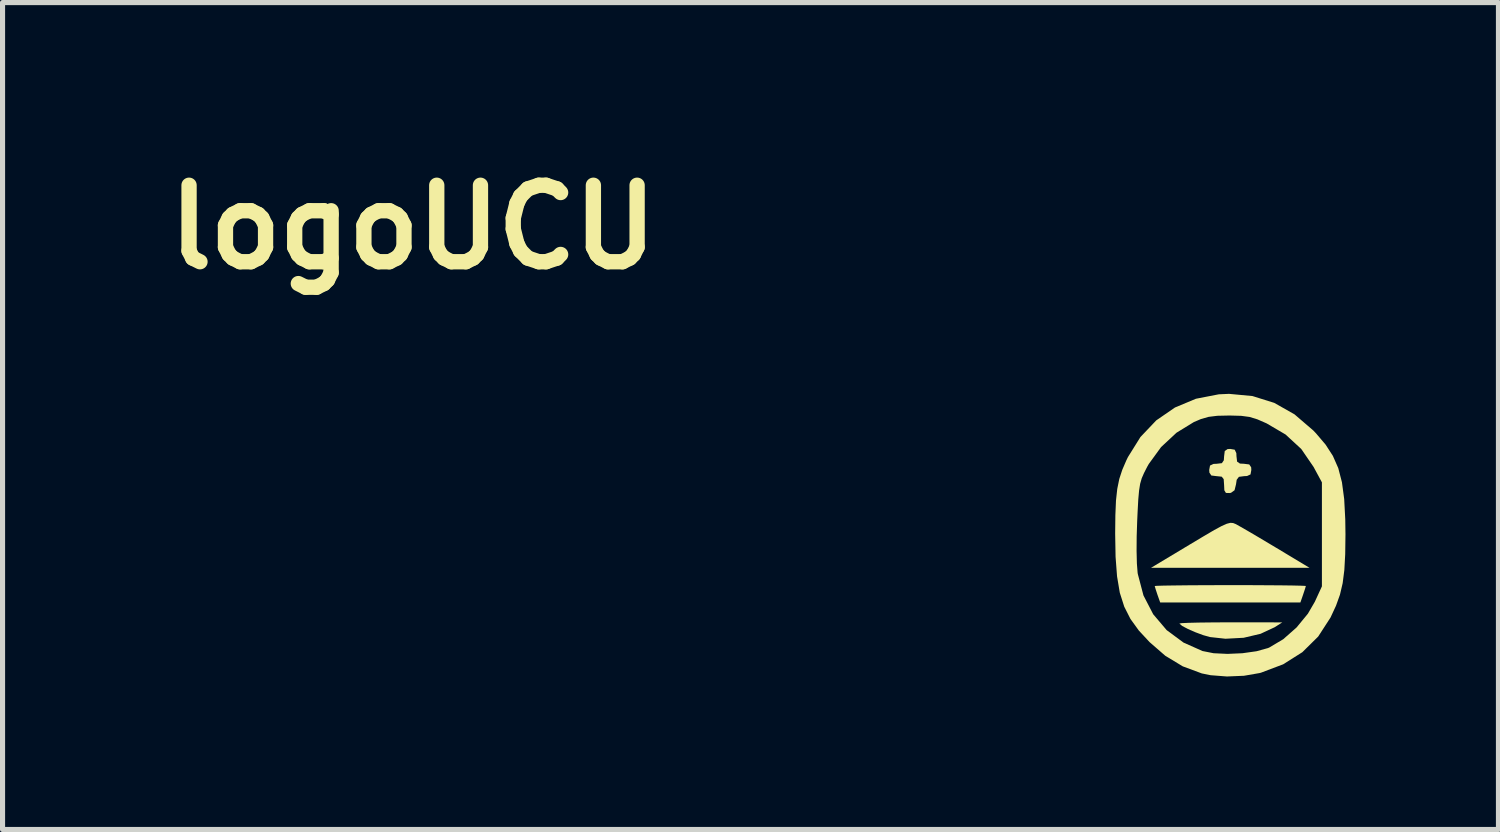
<source format=kicad_pcb>
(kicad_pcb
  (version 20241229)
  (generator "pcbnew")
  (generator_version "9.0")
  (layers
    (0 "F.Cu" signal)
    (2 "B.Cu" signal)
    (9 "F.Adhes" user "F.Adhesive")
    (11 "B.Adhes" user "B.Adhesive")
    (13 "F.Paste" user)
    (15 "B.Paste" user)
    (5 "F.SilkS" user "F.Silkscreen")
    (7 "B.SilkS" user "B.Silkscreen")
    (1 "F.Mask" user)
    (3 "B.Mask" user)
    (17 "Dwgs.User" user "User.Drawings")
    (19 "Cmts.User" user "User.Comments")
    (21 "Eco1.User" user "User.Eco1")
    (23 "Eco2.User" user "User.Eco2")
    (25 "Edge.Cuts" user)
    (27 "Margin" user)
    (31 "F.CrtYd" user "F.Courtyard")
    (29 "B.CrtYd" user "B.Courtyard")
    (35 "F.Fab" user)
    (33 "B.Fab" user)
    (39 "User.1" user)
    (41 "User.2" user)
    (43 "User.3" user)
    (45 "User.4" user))
  (footprint "logoUCU"
    (layer "F.Cu")
    (at 21.05 7.404)
    (property "Reference" "logoUCU" (at -16 -6 0) (layer "F.SilkS") (effects (font (size 1.5 1.5) (thickness 0.3))))
    (attr board_only exclude_from_pos_files exclude_from_bom)
    (fp_poly (pts (xy 0.08 -0.198) (xy 0.13 -0.178) (xy 0.14 -0.173) (xy 0.227 -0.124) (xy 0.38 -0.036) (xy 0.579 0.081) (xy 0.807 0.217) (xy 0.926 0.288) (xy 1.578 0.68) (xy 0.024 0.68) (xy -1.53 0.68) (xy -0.762 0.219) (xy -0.491 0.057) (xy -0.29 -0.061) (xy -0.145 -0.139) (xy -0.044 -0.184) (xy 0.027 -0.202)) (stroke (width 0) (type solid)) (fill yes) (layer "F.SilkS"))
    (fp_poly (pts (xy 1.044 1.75) (xy 0.897 1.844) (xy 0.618 1.974) (xy 0.286 2.052) (xy -0.07 2.071) (xy -0.372 2.038) (xy -0.505 2.001) (xy -0.659 1.944) (xy -0.806 1.88) (xy -0.919 1.82) (xy -0.971 1.776) (xy -0.971 1.772) (xy -0.925 1.765) (xy -0.796 1.759) (xy -0.598 1.754) (xy -0.347 1.751) (xy -0.055 1.749) (xy 0.036 1.749)) (stroke (width 0) (type solid)) (fill yes) (layer "F.SilkS"))
    (fp_poly (pts (xy 0.392 1.02) (xy 0.727 1.022) (xy 1.017 1.024) (xy 1.25 1.027) (xy 1.414 1.031) (xy 1.497 1.035) (xy 1.506 1.037) (xy 1.491 1.09) (xy 1.456 1.195) (xy 1.452 1.207) (xy 1.399 1.36) (xy 0.024 1.36) (xy -1.35 1.36) (xy -1.404 1.207) (xy -1.44 1.098) (xy -1.457 1.039) (xy -1.457 1.037) (xy -1.41 1.033) (xy -1.278 1.029) (xy -1.073 1.026) (xy -0.806 1.023) (xy -0.488 1.021) (xy -0.132 1.02) (xy 0.024 1.02)) (stroke (width 0) (type solid)) (fill yes) (layer "F.SilkS"))
    (fp_poly (pts (xy 0.111 -1.636) (xy 0.143 -1.569) (xy 0.146 -1.506) (xy 0.158 -1.402) (xy 0.214 -1.364) (xy 0.291 -1.36) (xy 0.396 -1.347) (xy 0.434 -1.291) (xy 0.437 -1.238) (xy 0.421 -1.151) (xy 0.353 -1.12) (xy 0.294 -1.117) (xy 0.194 -1.104) (xy 0.15 -1.046) (xy 0.137 -0.959) (xy 0.108 -0.841) (xy 0.039 -0.791) (xy 0.012 -0.786) (xy -0.061 -0.788) (xy -0.092 -0.839) (xy -0.097 -0.944) (xy -0.105 -1.059) (xy -0.144 -1.107) (xy -0.24 -1.117) (xy -0.243 -1.117) (xy -0.347 -1.13) (xy -0.385 -1.186) (xy -0.389 -1.238) (xy -0.373 -1.325) (xy -0.306 -1.357) (xy -0.243 -1.36) (xy -0.14 -1.372) (xy -0.102 -1.429) (xy -0.097 -1.506) (xy -0.084 -1.61) (xy -0.029 -1.648) (xy 0.024 -1.651)) (stroke (width 0) (type solid)) (fill yes) (layer "F.SilkS"))
    (fp_poly (pts (xy 0.459 -2.688) (xy 0.887 -2.554) (xy 1.284 -2.329) (xy 1.654 -2.011) (xy 1.707 -1.955) (xy 1.893 -1.736) (xy 2.036 -1.515) (xy 2.142 -1.274) (xy 2.214 -0.997) (xy 2.258 -0.668) (xy 2.279 -0.27) (xy 2.283 0.024) (xy 2.278 0.411) (xy 2.261 0.723) (xy 2.228 0.981) (xy 2.175 1.207) (xy 2.098 1.422) (xy 1.993 1.648) (xy 1.988 1.658) (xy 1.748 2.028) (xy 1.437 2.335) (xy 1.062 2.572) (xy 0.626 2.737) (xy 0.598 2.744) (xy 0.293 2.797) (xy -0.042 2.811) (xy -0.362 2.786) (xy -0.534 2.751) (xy -0.908 2.612) (xy -1.25 2.405) (xy -1.558 2.137) (xy -1.769 1.91) (xy -1.933 1.683) (xy -2.055 1.442) (xy -2.142 1.169) (xy -2.196 0.848) (xy -2.225 0.464) (xy -2.227 0.349) (xy -1.813 0.349) (xy -1.807 0.595) (xy -1.793 0.775) (xy -1.789 0.801) (xy -1.678 1.222) (xy -1.487 1.591) (xy -1.223 1.902) (xy -0.893 2.146) (xy -0.52 2.312) (xy -0.303 2.355) (xy -0.03 2.368) (xy 0.263 2.355) (xy 0.539 2.316) (xy 0.763 2.254) (xy 0.791 2.242) (xy 1.063 2.08) (xy 1.324 1.85) (xy 1.546 1.58) (xy 1.682 1.346) (xy 1.821 1.044) (xy 1.821 0.024) (xy 1.821 -0.996) (xy 1.657 -1.299) (xy 1.416 -1.65) (xy 1.108 -1.934) (xy 0.737 -2.152) (xy 0.556 -2.231) (xy 0.403 -2.278) (xy 0.238 -2.3) (xy 0.019 -2.306) (xy 0 -2.306) (xy -0.229 -2.301) (xy -0.4 -2.28) (xy -0.551 -2.237) (xy -0.691 -2.177) (xy -1.03 -1.969) (xy -1.332 -1.688) (xy -1.573 -1.357) (xy -1.606 -1.299) (xy -1.667 -1.179) (xy -1.712 -1.076) (xy -1.743 -0.968) (xy -1.764 -0.836) (xy -1.78 -0.658) (xy -1.793 -0.416) (xy -1.801 -0.243) (xy -1.811 0.062) (xy -1.813 0.349) (xy -2.227 0.349) (xy -2.233 0.01) (xy -2.229 -0.352) (xy -2.217 -0.638) (xy -2.192 -0.867) (xy -2.152 -1.063) (xy -2.093 -1.243) (xy -2.012 -1.431) (xy -1.982 -1.492) (xy -1.737 -1.885) (xy -1.427 -2.211) (xy -1.061 -2.463) (xy -0.649 -2.635) (xy -0.201 -2.722) (xy 0 -2.731)) (stroke (width 0) (type solid)) (fill yes) (layer "F.SilkS")))
  (gr_rect
    (start -3 -3)
    (end 26.333 13.215)
    (stroke (width 0.1) (type default))
    (fill no)
    (layer "Edge.Cuts")))
</source>
